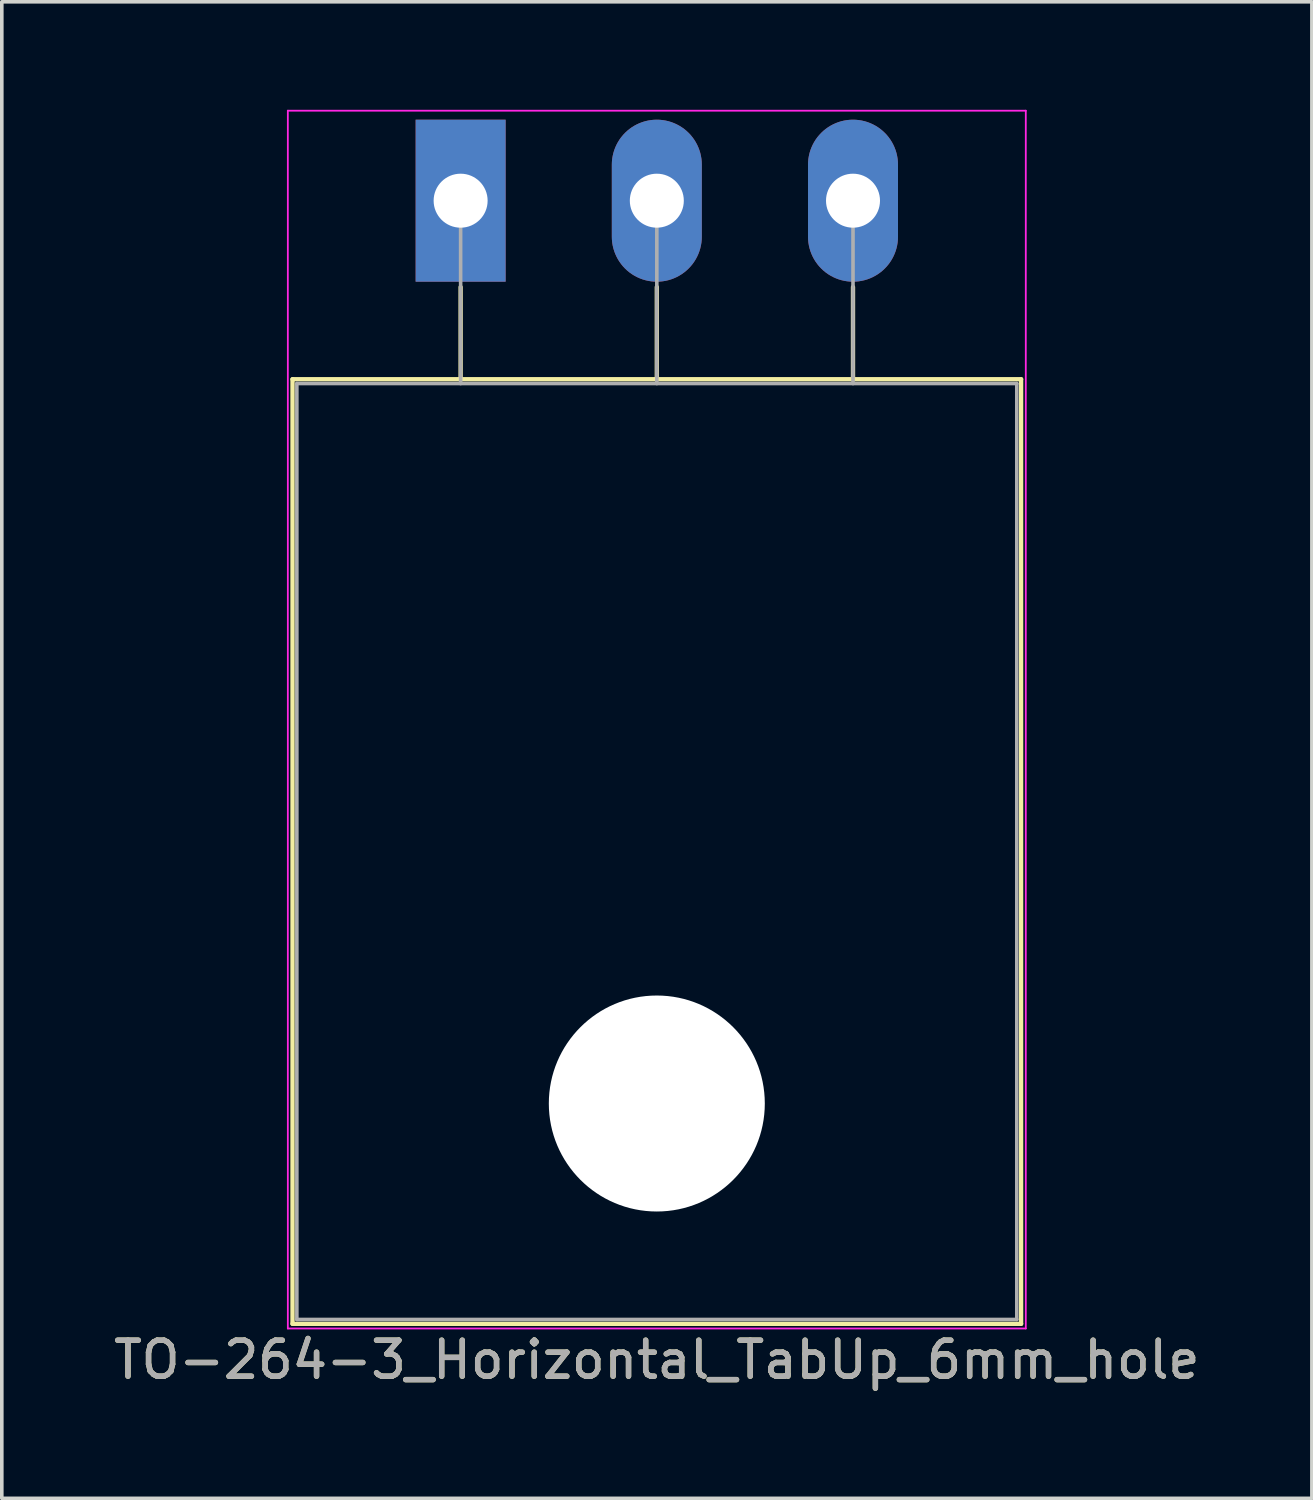
<source format=kicad_pcb>
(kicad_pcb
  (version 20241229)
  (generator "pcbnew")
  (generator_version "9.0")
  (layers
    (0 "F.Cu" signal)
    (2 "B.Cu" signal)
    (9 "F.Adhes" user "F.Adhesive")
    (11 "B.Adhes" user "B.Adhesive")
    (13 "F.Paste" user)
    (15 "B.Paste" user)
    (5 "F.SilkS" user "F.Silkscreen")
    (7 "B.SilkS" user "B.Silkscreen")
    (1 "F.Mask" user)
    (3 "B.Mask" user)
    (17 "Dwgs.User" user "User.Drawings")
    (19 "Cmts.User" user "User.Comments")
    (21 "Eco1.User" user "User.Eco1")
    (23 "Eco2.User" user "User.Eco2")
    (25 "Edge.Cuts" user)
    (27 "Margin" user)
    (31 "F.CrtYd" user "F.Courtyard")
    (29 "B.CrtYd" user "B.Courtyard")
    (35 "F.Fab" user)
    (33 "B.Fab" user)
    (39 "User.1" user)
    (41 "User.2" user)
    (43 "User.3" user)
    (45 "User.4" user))
  (footprint "TO-264-3_Horizontal_TabUp_6mm_hole"
    (layer "F.Cu")
    (at 9.746 2.525)
    (property "Reference" "TO-264-3_Horizontal_TabUp_6mm_hole" (at 5.45 32.2 0) (layer "F.SilkS") (effects (font (size 1 1) (thickness 0.15))))
    (attr through_hole)
    (fp_line (start -4.67 4.96) (end -4.67 31.2) (stroke (width 0.12) (type solid)) (layer "F.SilkS"))
    (fp_line (start -4.67 4.96) (end 15.57 4.96) (stroke (width 0.12) (type solid)) (layer "F.SilkS"))
    (fp_line (start -4.67 31.2) (end 15.57 31.2) (stroke (width 0.12) (type solid)) (layer "F.SilkS"))
    (fp_line (start 0 2.4) (end 0 4.96) (stroke (width 0.12) (type solid)) (layer "F.SilkS"))
    (fp_line (start 5.45 2.4) (end 5.45 4.96) (stroke (width 0.12) (type solid)) (layer "F.SilkS"))
    (fp_line (start 10.9 2.4) (end 10.9 4.96) (stroke (width 0.12) (type solid)) (layer "F.SilkS"))
    (fp_line (start 15.57 4.96) (end 15.57 31.2) (stroke (width 0.12) (type solid)) (layer "F.SilkS"))
    (fp_line (start -4.8 -2.5) (end -4.8 31.33) (stroke (width 0.05) (type solid)) (layer "F.CrtYd"))
    (fp_line (start -4.8 31.33) (end 15.7 31.33) (stroke (width 0.05) (type solid)) (layer "F.CrtYd"))
    (fp_line (start 15.7 -2.5) (end -4.8 -2.5) (stroke (width 0.05) (type solid)) (layer "F.CrtYd"))
    (fp_line (start 15.7 31.33) (end 15.7 -2.5) (stroke (width 0.05) (type solid)) (layer "F.CrtYd"))
    (fp_line (start -4.55 5.08) (end -4.55 31.08) (stroke (width 0.1) (type solid)) (layer "F.Fab"))
    (fp_line (start -4.55 31.08) (end 15.45 31.08) (stroke (width 0.1) (type solid)) (layer "F.Fab"))
    (fp_line (start 0 5.08) (end 0 0) (stroke (width 0.1) (type solid)) (layer "F.Fab"))
    (fp_line (start 5.45 5.08) (end 5.45 0) (stroke (width 0.1) (type solid)) (layer "F.Fab"))
    (fp_line (start 10.9 5.08) (end 10.9 0) (stroke (width 0.1) (type solid)) (layer "F.Fab"))
    (fp_line (start 15.45 5.08) (end -4.55 5.08) (stroke (width 0.1) (type solid)) (layer "F.Fab"))
    (fp_line (start 15.45 31.08) (end 15.45 5.08) (stroke (width 0.1) (type solid)) (layer "F.Fab"))
    (fp_circle (center 5.45 25.08) (end 7.1 25.08) (stroke (width 0.1) (type solid)) (fill no) (layer "F.Fab"))
    (fp_text user "${REFERENCE}" (at 5.45 32.2 0) (layer "F.Fab") (effects (font (size 1 1) (thickness 0.15))))
    (pad "" np_thru_hole circle (at 5.45 25.08) (size 6 6) (drill 6) (layers "*.Cu" "*.Mask"))
    (pad "1" thru_hole rect (at 0 0) (size 2.5 4.5) (drill 1.5) (layers "*.Cu" "*.Mask"))
    (pad "2" thru_hole oval (at 5.45 0) (size 2.5 4.5) (drill 1.5) (layers "*.Cu" "*.Mask"))
    (pad "3" thru_hole oval (at 10.9 0) (size 2.5 4.5) (drill 1.5) (layers "*.Cu" "*.Mask")))
  (gr_rect
    (start -3 -3)
    (end 33.393 38.573)
    (stroke (width 0.1) (type default))
    (fill no)
    (layer "Edge.Cuts")))
</source>
